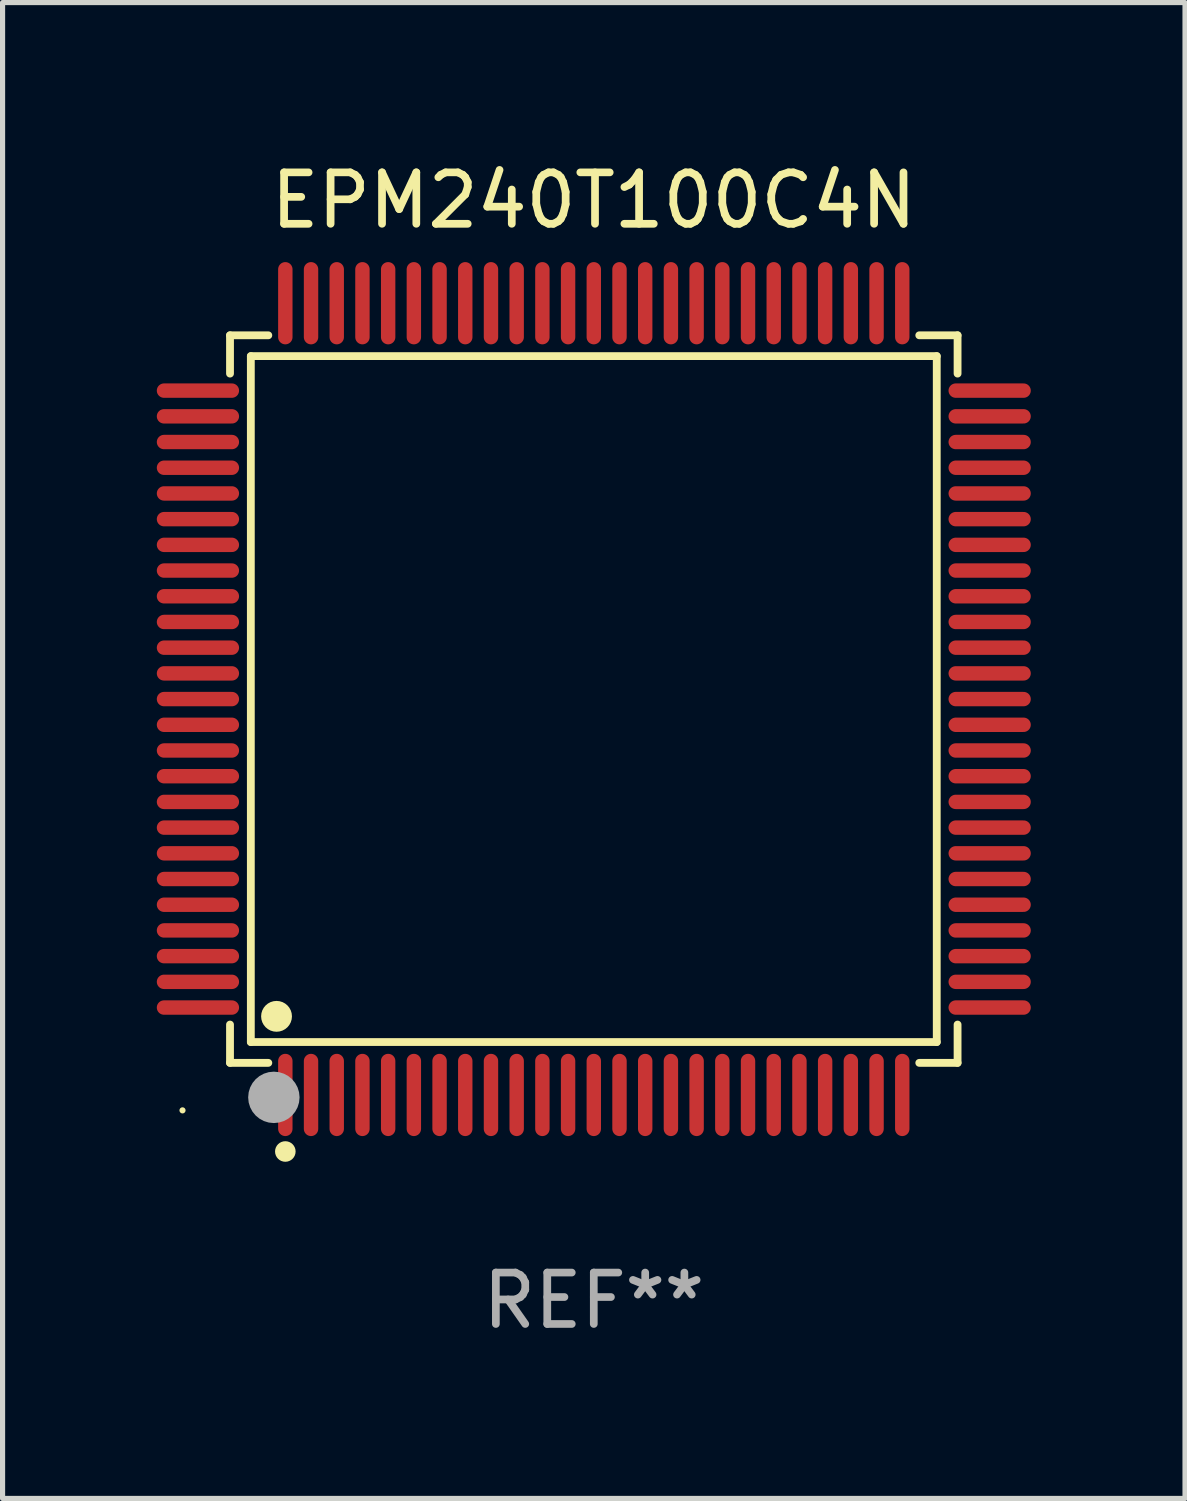
<source format=kicad_pcb>
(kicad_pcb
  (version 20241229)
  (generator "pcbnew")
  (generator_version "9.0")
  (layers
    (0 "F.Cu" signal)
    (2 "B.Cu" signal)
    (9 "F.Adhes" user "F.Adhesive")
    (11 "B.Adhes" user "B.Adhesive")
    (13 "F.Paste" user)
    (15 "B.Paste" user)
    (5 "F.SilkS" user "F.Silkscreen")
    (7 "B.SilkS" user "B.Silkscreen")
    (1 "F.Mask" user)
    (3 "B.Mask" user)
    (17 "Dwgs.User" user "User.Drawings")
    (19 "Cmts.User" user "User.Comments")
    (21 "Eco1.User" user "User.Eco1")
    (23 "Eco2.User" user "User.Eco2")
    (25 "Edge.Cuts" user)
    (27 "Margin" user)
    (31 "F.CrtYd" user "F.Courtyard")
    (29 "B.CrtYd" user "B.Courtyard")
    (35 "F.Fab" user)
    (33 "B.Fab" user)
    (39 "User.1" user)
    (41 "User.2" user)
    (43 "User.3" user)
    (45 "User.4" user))
  (footprint "EPM240T100C4N"
    (layer "F.Cu")
    (at 8.5 10.548)
    (property "Reference" "EPM240T100C4N" (at 0 -9.7 0) (layer "F.SilkS") (effects (font (size 1 1) (thickness 0.15))))
    (attr through_hole)
    (fp_line (start -7.076 -7.076) (end -6.331 -7.076) (stroke (width 0.152) (type solid)) (layer "F.SilkS"))
    (fp_line (start -7.076 -6.331) (end -7.076 -7.076) (stroke (width 0.152) (type solid)) (layer "F.SilkS"))
    (fp_line (start -7.076 6.331) (end -7.076 7.076) (stroke (width 0.152) (type solid)) (layer "F.SilkS"))
    (fp_line (start -7.076 7.076) (end -6.331 7.076) (stroke (width 0.152) (type solid)) (layer "F.SilkS"))
    (fp_line (start -6.671 -6.671) (end 6.671 -6.671) (stroke (width 0.152) (type solid)) (layer "F.SilkS"))
    (fp_line (start -6.671 6.671) (end -6.671 -6.671) (stroke (width 0.152) (type solid)) (layer "F.SilkS"))
    (fp_line (start 6.671 -6.671) (end 6.671 6.671) (stroke (width 0.152) (type solid)) (layer "F.SilkS"))
    (fp_line (start 6.671 6.671) (end -6.671 6.671) (stroke (width 0.152) (type solid)) (layer "F.SilkS"))
    (fp_line (start 7.076 -7.076) (end 6.331 -7.076) (stroke (width 0.152) (type solid)) (layer "F.SilkS"))
    (fp_line (start 7.076 -6.331) (end 7.076 -7.076) (stroke (width 0.152) (type solid)) (layer "F.SilkS"))
    (fp_line (start 7.076 6.331) (end 7.076 7.076) (stroke (width 0.152) (type solid)) (layer "F.SilkS"))
    (fp_line (start 7.076 7.076) (end 6.331 7.076) (stroke (width 0.152) (type solid)) (layer "F.SilkS"))
    (fp_circle (center -8 8) (end -7.97 8) (stroke (width 0.06) (type solid)) (fill no) (layer "F.SilkS"))
    (fp_circle (center -6.171 6.171) (end -6.021 6.171) (stroke (width 0.3) (type solid)) (fill no) (layer "F.SilkS"))
    (fp_circle (center -6 8.8) (end -5.9 8.8) (stroke (width 0.2) (type solid)) (fill no) (layer "F.SilkS"))
    (fp_circle (center -6.223 7.747) (end -5.973 7.747) (stroke (width 0.5) (type solid)) (fill no) (layer "F.Fab"))
    (fp_text user "REF**" (at 0 11.7 0) (layer "F.Fab") (effects (font (size 1 1) (thickness 0.15))))
    (pad "1" smd oval (at -6 7.7) (size 0.28 1.6) (layers "F.Cu" "F.Mask" "F.Paste"))
    (pad "2" smd oval (at -5.5 7.7) (size 0.28 1.6) (layers "F.Cu" "F.Mask" "F.Paste"))
    (pad "3" smd oval (at -5 7.7) (size 0.28 1.6) (layers "F.Cu" "F.Mask" "F.Paste"))
    (pad "4" smd oval (at -4.5 7.7) (size 0.28 1.6) (layers "F.Cu" "F.Mask" "F.Paste"))
    (pad "5" smd oval (at -4 7.7) (size 0.28 1.6) (layers "F.Cu" "F.Mask" "F.Paste"))
    (pad "6" smd oval (at -3.5 7.7) (size 0.28 1.6) (layers "F.Cu" "F.Mask" "F.Paste"))
    (pad "7" smd oval (at -3 7.7) (size 0.28 1.6) (layers "F.Cu" "F.Mask" "F.Paste"))
    (pad "8" smd oval (at -2.5 7.7) (size 0.28 1.6) (layers "F.Cu" "F.Mask" "F.Paste"))
    (pad "9" smd oval (at -2 7.7) (size 0.28 1.6) (layers "F.Cu" "F.Mask" "F.Paste"))
    (pad "10" smd oval (at -1.5 7.7) (size 0.28 1.6) (layers "F.Cu" "F.Mask" "F.Paste"))
    (pad "11" smd oval (at -1 7.7) (size 0.28 1.6) (layers "F.Cu" "F.Mask" "F.Paste"))
    (pad "12" smd oval (at -0.5 7.7) (size 0.28 1.6) (layers "F.Cu" "F.Mask" "F.Paste"))
    (pad "13" smd oval (at 0 7.7) (size 0.28 1.6) (layers "F.Cu" "F.Mask" "F.Paste"))
    (pad "14" smd oval (at 0.5 7.7) (size 0.28 1.6) (layers "F.Cu" "F.Mask" "F.Paste"))
    (pad "15" smd oval (at 1 7.7) (size 0.28 1.6) (layers "F.Cu" "F.Mask" "F.Paste"))
    (pad "16" smd oval (at 1.5 7.7) (size 0.28 1.6) (layers "F.Cu" "F.Mask" "F.Paste"))
    (pad "17" smd oval (at 2 7.7) (size 0.28 1.6) (layers "F.Cu" "F.Mask" "F.Paste"))
    (pad "18" smd oval (at 2.5 7.7) (size 0.28 1.6) (layers "F.Cu" "F.Mask" "F.Paste"))
    (pad "19" smd oval (at 3 7.7) (size 0.28 1.6) (layers "F.Cu" "F.Mask" "F.Paste"))
    (pad "20" smd oval (at 3.5 7.7) (size 0.28 1.6) (layers "F.Cu" "F.Mask" "F.Paste"))
    (pad "21" smd oval (at 4 7.7) (size 0.28 1.6) (layers "F.Cu" "F.Mask" "F.Paste"))
    (pad "22" smd oval (at 4.5 7.7) (size 0.28 1.6) (layers "F.Cu" "F.Mask" "F.Paste"))
    (pad "23" smd oval (at 5 7.7) (size 0.28 1.6) (layers "F.Cu" "F.Mask" "F.Paste"))
    (pad "24" smd oval (at 5.5 7.7) (size 0.28 1.6) (layers "F.Cu" "F.Mask" "F.Paste"))
    (pad "25" smd oval (at 6 7.7) (size 0.28 1.6) (layers "F.Cu" "F.Mask" "F.Paste"))
    (pad "26" smd oval (at 7.7 6) (size 1.6 0.28) (layers "F.Cu" "F.Mask" "F.Paste"))
    (pad "27" smd oval (at 7.7 5.5) (size 1.6 0.28) (layers "F.Cu" "F.Mask" "F.Paste"))
    (pad "28" smd oval (at 7.7 5) (size 1.6 0.28) (layers "F.Cu" "F.Mask" "F.Paste"))
    (pad "29" smd oval (at 7.7 4.5) (size 1.6 0.28) (layers "F.Cu" "F.Mask" "F.Paste"))
    (pad "30" smd oval (at 7.7 4) (size 1.6 0.28) (layers "F.Cu" "F.Mask" "F.Paste"))
    (pad "31" smd oval (at 7.7 3.5) (size 1.6 0.28) (layers "F.Cu" "F.Mask" "F.Paste"))
    (pad "32" smd oval (at 7.7 3) (size 1.6 0.28) (layers "F.Cu" "F.Mask" "F.Paste"))
    (pad "33" smd oval (at 7.7 2.5) (size 1.6 0.28) (layers "F.Cu" "F.Mask" "F.Paste"))
    (pad "34" smd oval (at 7.7 2) (size 1.6 0.28) (layers "F.Cu" "F.Mask" "F.Paste"))
    (pad "35" smd oval (at 7.7 1.5) (size 1.6 0.28) (layers "F.Cu" "F.Mask" "F.Paste"))
    (pad "36" smd oval (at 7.7 1) (size 1.6 0.28) (layers "F.Cu" "F.Mask" "F.Paste"))
    (pad "37" smd oval (at 7.7 0.5) (size 1.6 0.28) (layers "F.Cu" "F.Mask" "F.Paste"))
    (pad "38" smd oval (at 7.7 0) (size 1.6 0.28) (layers "F.Cu" "F.Mask" "F.Paste"))
    (pad "39" smd oval (at 7.7 -0.5) (size 1.6 0.28) (layers "F.Cu" "F.Mask" "F.Paste"))
    (pad "40" smd oval (at 7.7 -1) (size 1.6 0.28) (layers "F.Cu" "F.Mask" "F.Paste"))
    (pad "41" smd oval (at 7.7 -1.5) (size 1.6 0.28) (layers "F.Cu" "F.Mask" "F.Paste"))
    (pad "42" smd oval (at 7.7 -2) (size 1.6 0.28) (layers "F.Cu" "F.Mask" "F.Paste"))
    (pad "43" smd oval (at 7.7 -2.5) (size 1.6 0.28) (layers "F.Cu" "F.Mask" "F.Paste"))
    (pad "44" smd oval (at 7.7 -3) (size 1.6 0.28) (layers "F.Cu" "F.Mask" "F.Paste"))
    (pad "45" smd oval (at 7.7 -3.5) (size 1.6 0.28) (layers "F.Cu" "F.Mask" "F.Paste"))
    (pad "46" smd oval (at 7.7 -4) (size 1.6 0.28) (layers "F.Cu" "F.Mask" "F.Paste"))
    (pad "47" smd oval (at 7.7 -4.5) (size 1.6 0.28) (layers "F.Cu" "F.Mask" "F.Paste"))
    (pad "48" smd oval (at 7.7 -5) (size 1.6 0.28) (layers "F.Cu" "F.Mask" "F.Paste"))
    (pad "49" smd oval (at 7.7 -5.5) (size 1.6 0.28) (layers "F.Cu" "F.Mask" "F.Paste"))
    (pad "50" smd oval (at 7.7 -6) (size 1.6 0.28) (layers "F.Cu" "F.Mask" "F.Paste"))
    (pad "51" smd oval (at 6 -7.7) (size 0.28 1.6) (layers "F.Cu" "F.Mask" "F.Paste"))
    (pad "52" smd oval (at 5.5 -7.7) (size 0.28 1.6) (layers "F.Cu" "F.Mask" "F.Paste"))
    (pad "53" smd oval (at 5 -7.7) (size 0.28 1.6) (layers "F.Cu" "F.Mask" "F.Paste"))
    (pad "54" smd oval (at 4.5 -7.7) (size 0.28 1.6) (layers "F.Cu" "F.Mask" "F.Paste"))
    (pad "55" smd oval (at 4 -7.7) (size 0.28 1.6) (layers "F.Cu" "F.Mask" "F.Paste"))
    (pad "56" smd oval (at 3.5 -7.7) (size 0.28 1.6) (layers "F.Cu" "F.Mask" "F.Paste"))
    (pad "57" smd oval (at 3 -7.7) (size 0.28 1.6) (layers "F.Cu" "F.Mask" "F.Paste"))
    (pad "58" smd oval (at 2.5 -7.7) (size 0.28 1.6) (layers "F.Cu" "F.Mask" "F.Paste"))
    (pad "59" smd oval (at 2 -7.7) (size 0.28 1.6) (layers "F.Cu" "F.Mask" "F.Paste"))
    (pad "60" smd oval (at 1.5 -7.7) (size 0.28 1.6) (layers "F.Cu" "F.Mask" "F.Paste"))
    (pad "61" smd oval (at 1 -7.7) (size 0.28 1.6) (layers "F.Cu" "F.Mask" "F.Paste"))
    (pad "62" smd oval (at 0.5 -7.7) (size 0.28 1.6) (layers "F.Cu" "F.Mask" "F.Paste"))
    (pad "63" smd oval (at 0 -7.7) (size 0.28 1.6) (layers "F.Cu" "F.Mask" "F.Paste"))
    (pad "64" smd oval (at -0.5 -7.7) (size 0.28 1.6) (layers "F.Cu" "F.Mask" "F.Paste"))
    (pad "65" smd oval (at -1 -7.7) (size 0.28 1.6) (layers "F.Cu" "F.Mask" "F.Paste"))
    (pad "66" smd oval (at -1.5 -7.7) (size 0.28 1.6) (layers "F.Cu" "F.Mask" "F.Paste"))
    (pad "67" smd oval (at -2 -7.7) (size 0.28 1.6) (layers "F.Cu" "F.Mask" "F.Paste"))
    (pad "68" smd oval (at -2.5 -7.7) (size 0.28 1.6) (layers "F.Cu" "F.Mask" "F.Paste"))
    (pad "69" smd oval (at -3 -7.7) (size 0.28 1.6) (layers "F.Cu" "F.Mask" "F.Paste"))
    (pad "70" smd oval (at -3.5 -7.7) (size 0.28 1.6) (layers "F.Cu" "F.Mask" "F.Paste"))
    (pad "71" smd oval (at -4 -7.7) (size 0.28 1.6) (layers "F.Cu" "F.Mask" "F.Paste"))
    (pad "72" smd oval (at -4.5 -7.7) (size 0.28 1.6) (layers "F.Cu" "F.Mask" "F.Paste"))
    (pad "73" smd oval (at -5 -7.7) (size 0.28 1.6) (layers "F.Cu" "F.Mask" "F.Paste"))
    (pad "74" smd oval (at -5.5 -7.7) (size 0.28 1.6) (layers "F.Cu" "F.Mask" "F.Paste"))
    (pad "75" smd oval (at -6 -7.7) (size 0.28 1.6) (layers "F.Cu" "F.Mask" "F.Paste"))
    (pad "76" smd oval (at -7.7 -6) (size 1.6 0.28) (layers "F.Cu" "F.Mask" "F.Paste"))
    (pad "77" smd oval (at -7.7 -5.5) (size 1.6 0.28) (layers "F.Cu" "F.Mask" "F.Paste"))
    (pad "78" smd oval (at -7.7 -5) (size 1.6 0.28) (layers "F.Cu" "F.Mask" "F.Paste"))
    (pad "79" smd oval (at -7.7 -4.5) (size 1.6 0.28) (layers "F.Cu" "F.Mask" "F.Paste"))
    (pad "80" smd oval (at -7.7 -4) (size 1.6 0.28) (layers "F.Cu" "F.Mask" "F.Paste"))
    (pad "81" smd oval (at -7.7 -3.5) (size 1.6 0.28) (layers "F.Cu" "F.Mask" "F.Paste"))
    (pad "82" smd oval (at -7.7 -3) (size 1.6 0.28) (layers "F.Cu" "F.Mask" "F.Paste"))
    (pad "83" smd oval (at -7.7 -2.5) (size 1.6 0.28) (layers "F.Cu" "F.Mask" "F.Paste"))
    (pad "84" smd oval (at -7.7 -2) (size 1.6 0.28) (layers "F.Cu" "F.Mask" "F.Paste"))
    (pad "85" smd oval (at -7.7 -1.5) (size 1.6 0.28) (layers "F.Cu" "F.Mask" "F.Paste"))
    (pad "86" smd oval (at -7.7 -1) (size 1.6 0.28) (layers "F.Cu" "F.Mask" "F.Paste"))
    (pad "87" smd oval (at -7.7 -0.5) (size 1.6 0.28) (layers "F.Cu" "F.Mask" "F.Paste"))
    (pad "88" smd oval (at -7.7 0) (size 1.6 0.28) (layers "F.Cu" "F.Mask" "F.Paste"))
    (pad "89" smd oval (at -7.7 0.5) (size 1.6 0.28) (layers "F.Cu" "F.Mask" "F.Paste"))
    (pad "90" smd oval (at -7.7 1) (size 1.6 0.28) (layers "F.Cu" "F.Mask" "F.Paste"))
    (pad "91" smd oval (at -7.7 1.5) (size 1.6 0.28) (layers "F.Cu" "F.Mask" "F.Paste"))
    (pad "92" smd oval (at -7.7 2) (size 1.6 0.28) (layers "F.Cu" "F.Mask" "F.Paste"))
    (pad "93" smd oval (at -7.7 2.5) (size 1.6 0.28) (layers "F.Cu" "F.Mask" "F.Paste"))
    (pad "94" smd oval (at -7.7 3) (size 1.6 0.28) (layers "F.Cu" "F.Mask" "F.Paste"))
    (pad "95" smd oval (at -7.7 3.5) (size 1.6 0.28) (layers "F.Cu" "F.Mask" "F.Paste"))
    (pad "96" smd oval (at -7.7 4) (size 1.6 0.28) (layers "F.Cu" "F.Mask" "F.Paste"))
    (pad "97" smd oval (at -7.7 4.5) (size 1.6 0.28) (layers "F.Cu" "F.Mask" "F.Paste"))
    (pad "98" smd oval (at -7.7 5) (size 1.6 0.28) (layers "F.Cu" "F.Mask" "F.Paste"))
    (pad "99" smd oval (at -7.7 5.5) (size 1.6 0.28) (layers "F.Cu" "F.Mask" "F.Paste"))
    (pad "100" smd oval (at -7.7 6) (size 1.6 0.28) (layers "F.Cu" "F.Mask" "F.Paste")))
  (gr_rect
    (start -3 -3)
    (end 20 26.097)
    (stroke (width 0.1) (type default))
    (fill no)
    (layer "Edge.Cuts")))
</source>
